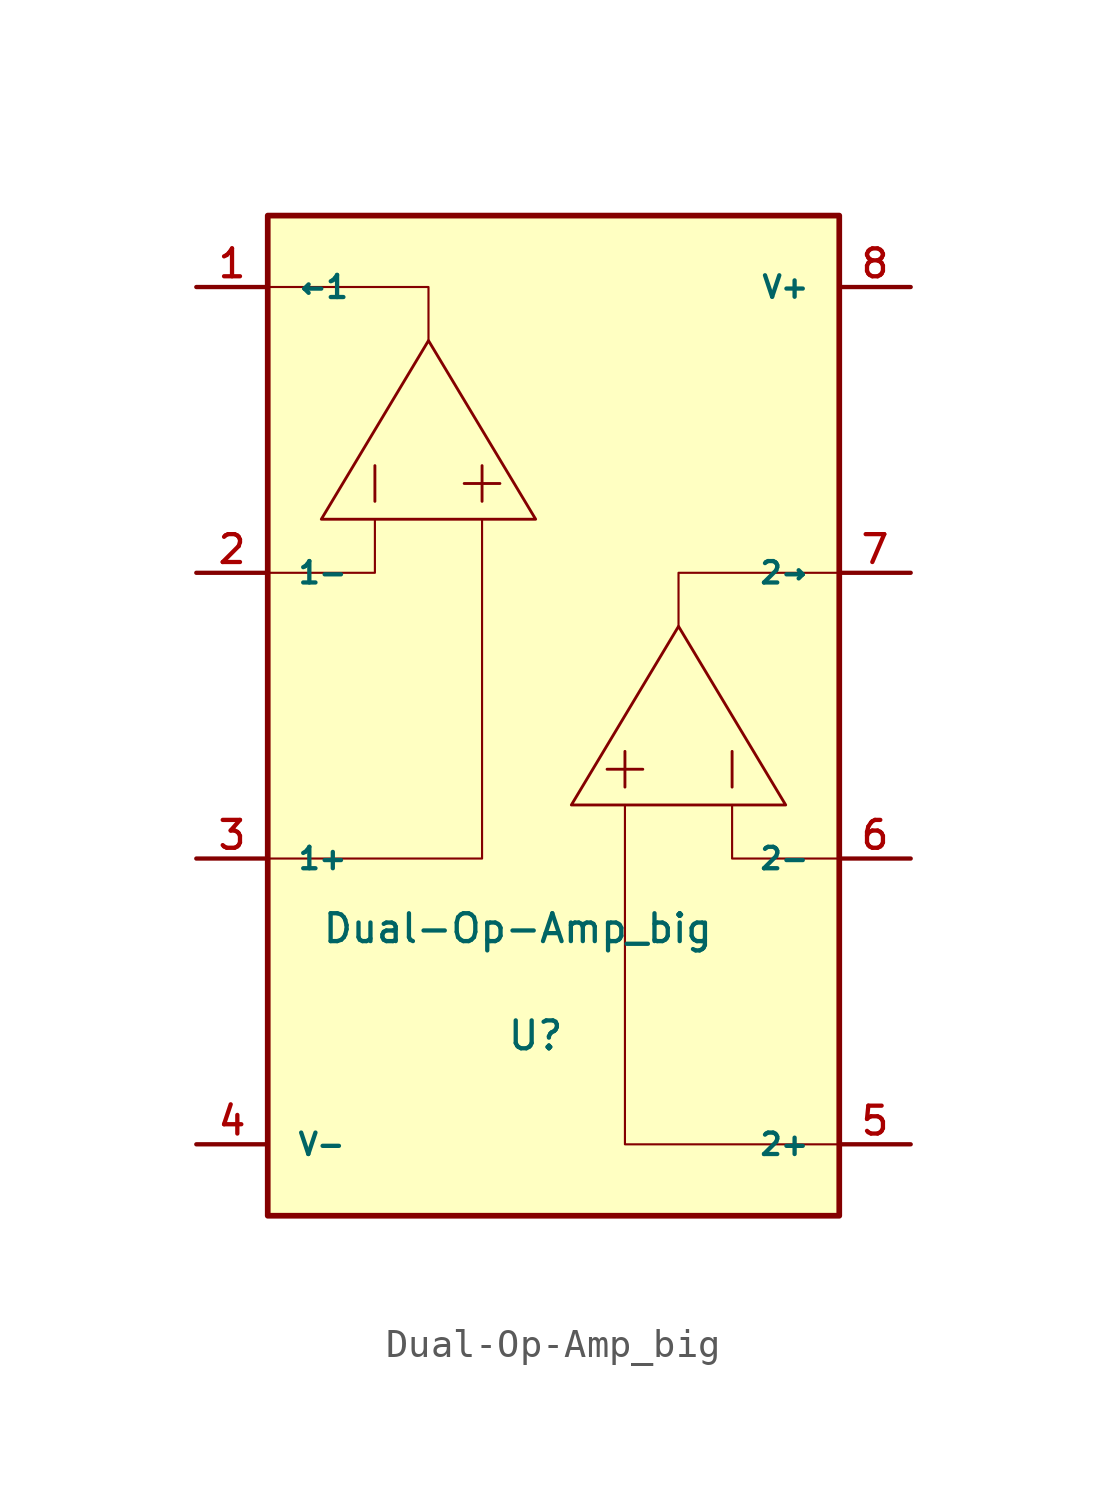
<source format=kicad_sym>
(kicad_symbol_lib
  (version 20220914)
  (generator kicad_symbol_editor)
  (symbol "Dual-Op-Amp_big"
    (pin_names
      (offset 1.016))
    (property "Reference" "U"
      (at -0.635 -10.795 0)
      (effects (font (size 0.991 0.991)) (justify top)))
    (property "Value" "Dual-Op-Amp_big"
      (at -1.27 -6.985 0)
      (effects (font (size 0.991 0.991)) (justify top)))
    (symbol "Dual-Op-Amp_big_0_1"
      (rectangle (start -10.16 17.78) (end 10.16 -17.78) (stroke (width 0.203) (type solid)) (fill (type background)))
      (polyline (pts (xy -6.35 8.89) (xy -6.35 7.62)) (stroke (width 0.102) (type solid)) (fill (type none)))
      (polyline (pts (xy -3.175 8.255) (xy -1.905 8.255)) (stroke (width 0.102) (type solid)) (fill (type none)))
      (polyline (pts (xy -2.54 8.89) (xy -2.54 7.62)) (stroke (width 0.102) (type solid)) (fill (type none)))
      (polyline (pts (xy 2.54 -1.27) (xy 2.54 -2.54)) (stroke (width 0.102) (type solid)) (fill (type none)))
      (polyline (pts (xy 3.175 -1.905) (xy 1.905 -1.905)) (stroke (width 0.102) (type solid)) (fill (type none)))
      (polyline (pts (xy 6.35 -1.27) (xy 6.35 -2.54)) (stroke (width 0.102) (type solid)) (fill (type none)))
      (polyline (pts (xy -10.16 5.08) (xy -6.35 5.08) (xy -6.35 6.985)) (stroke (width 0.076) (type solid)) (fill (type none)))
      (polyline (pts (xy -10.16 15.24) (xy -4.445 15.24) (xy -4.445 13.335)) (stroke (width 0.076) (type solid)) (fill (type none)))
      (polyline (pts (xy -2.54 6.985) (xy -2.54 -5.08) (xy -10.16 -5.08)) (stroke (width 0.076) (type solid)) (fill (type none)))
      (polyline (pts (xy 2.54 -3.175) (xy 2.54 -15.24) (xy 10.16 -15.24)) (stroke (width 0.076) (type solid)) (fill (type none)))
      (polyline (pts (xy 10.16 -5.08) (xy 6.35 -5.08) (xy 6.35 -3.175)) (stroke (width 0.076) (type solid)) (fill (type none)))
      (polyline (pts (xy 10.16 5.08) (xy 4.445 5.08) (xy 4.445 3.175)) (stroke (width 0.076) (type solid)) (fill (type none)))
      (polyline (pts (xy -4.445 6.985) (xy -8.255 6.985) (xy -4.445 13.335) (xy -0.635 6.985) (xy -4.445 6.985)) (stroke (width 0.102) (type solid)) (fill (type none)))
      (polyline (pts (xy 4.445 -3.175) (xy 8.255 -3.175) (xy 4.445 3.175) (xy 0.635 -3.175) (xy 4.445 -3.175)) (stroke (width 0.102) (type solid)) (fill (type none))))
    (symbol "Dual-Op-Amp_big_1_1"
      (pin output line (at -12.7 15.24 0) (length 2.54) (name "←1" (effects (font (size 0.787 0.787)))) (number "1" (effects (font (size 0.991 0.991)))))
      (pin input line (at -12.7 5.08 0) (length 2.54) (name "1-" (effects (font (size 0.762 0.762)))) (number "2" (effects (font (size 0.991 0.991)))))
      (pin input line (at -12.7 -5.08 0) (length 2.54) (name "1+" (effects (font (size 0.762 0.762)))) (number "3" (effects (font (size 0.991 0.991)))))
      (pin power_in line (at -12.7 -15.24 0) (length 2.54) (name "V-" (effects (font (size 0.762 0.762)))) (number "4" (effects (font (size 0.991 0.991)))))
      (pin input line (at 12.7 -15.24 180) (length 2.54) (name "2+" (effects (font (size 0.762 0.762)))) (number "5" (effects (font (size 0.991 0.991)))))
      (pin input line (at 12.7 -5.08 180) (length 2.54) (name "2-" (effects (font (size 0.762 0.762)))) (number "6" (effects (font (size 0.991 0.991)))))
      (pin output line (at 12.7 5.08 180) (length 2.54) (name "2→" (effects (font (size 0.762 0.762)))) (number "7" (effects (font (size 0.991 0.991)))))
      (pin power_in line (at 12.7 15.24 180) (length 2.54) (name "V+" (effects (font (size 0.762 0.762)))) (number "8" (effects (font (size 0.991 0.991))))))))
</source>
